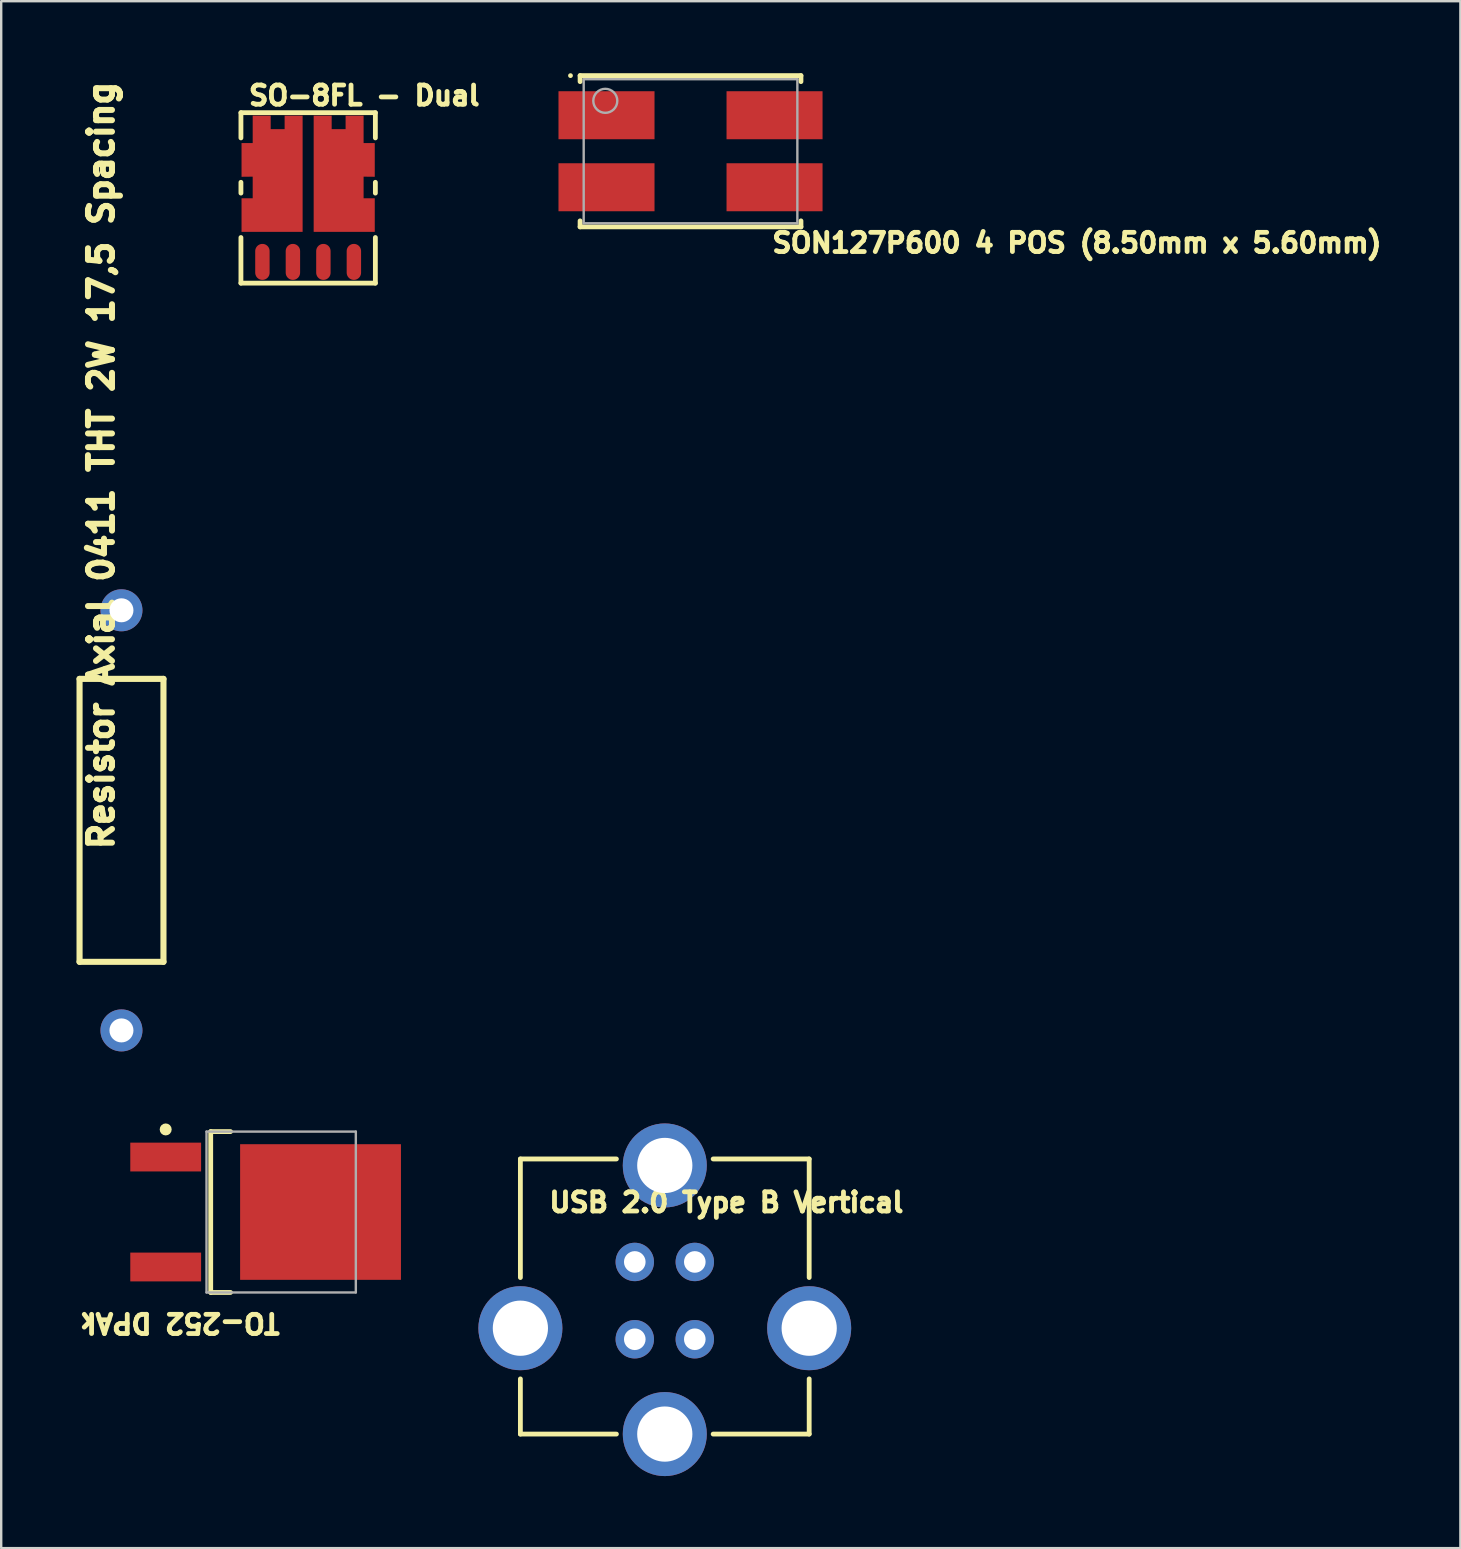
<source format=kicad_pcb>
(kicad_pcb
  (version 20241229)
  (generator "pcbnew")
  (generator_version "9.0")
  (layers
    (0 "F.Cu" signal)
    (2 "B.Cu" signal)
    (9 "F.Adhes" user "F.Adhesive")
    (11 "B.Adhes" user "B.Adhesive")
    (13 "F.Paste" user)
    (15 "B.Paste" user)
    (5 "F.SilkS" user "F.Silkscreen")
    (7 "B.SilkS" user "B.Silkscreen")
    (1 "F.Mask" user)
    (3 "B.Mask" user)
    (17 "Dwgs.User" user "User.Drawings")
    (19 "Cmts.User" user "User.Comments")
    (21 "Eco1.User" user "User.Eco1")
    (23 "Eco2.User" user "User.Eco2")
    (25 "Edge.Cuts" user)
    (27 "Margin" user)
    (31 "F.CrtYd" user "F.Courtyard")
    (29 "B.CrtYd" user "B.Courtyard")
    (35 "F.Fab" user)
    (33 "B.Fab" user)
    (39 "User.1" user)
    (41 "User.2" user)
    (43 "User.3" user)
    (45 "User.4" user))
  (footprint "Resistor Axial 0411 THT 2W 17,5 Spacing"
    (layer "F.Cu")
    (at 2.009 31.122)
    (property "Reference" "Resistor Axial 0411 THT 2W 17,5 Spacing" (at -0.259 1.333 90) (unlocked yes) (layer "F.SilkS") (effects (font (size 1 1) (thickness 0.25)) (justify left bottom)))
    (attr through_hole)
    (fp_line (start -1.745 5.893) (end -1.745 -5.893) (stroke (width 0.254) (type solid)) (layer "F.SilkS"))
    (fp_line (start 1.75 -5.893) (end -1.745 -5.893) (stroke (width 0.254) (type solid)) (layer "F.SilkS"))
    (fp_line (start 1.75 5.893) (end -1.745 5.893) (stroke (width 0.254) (type solid)) (layer "F.SilkS"))
    (fp_line (start 1.75 5.893) (end 1.75 -5.893) (stroke (width 0.254) (type solid)) (layer "F.SilkS"))
    (pad "1" thru_hole circle (at 0 -8.75) (size 1.75 1.75) (drill 1) (layers "*.Cu" "*.Mask"))
    (pad "2" thru_hole circle (at 0 8.75) (size 1.75 1.75) (drill 1) (layers "*.Cu" "*.Mask")))
  (footprint "SON127P600 4 POS (8.50mm x 5.60mm)"
    (layer "F.Cu")
    (at 25.714 3.25)
    (property "Reference" "SON127P600 4 POS (8.50mm x 5.60mm)" (at 3.296 4.286 0) (unlocked yes) (layer "F.SilkS") (effects (font (size 0.8 0.8) (thickness 0.2)) (justify left bottom)))
    (attr smd)
    (fp_line (start -4.6 -3.15) (end -4.6 -2.9) (stroke (width 0.2) (type solid)) (layer "F.SilkS"))
    (fp_line (start -4.6 -3.15) (end 4.6 -3.15) (stroke (width 0.2) (type solid)) (layer "F.SilkS"))
    (fp_line (start -4.6 2.9) (end -4.6 3.15) (stroke (width 0.2) (type solid)) (layer "F.SilkS"))
    (fp_line (start -4.6 3.15) (end 4.6 3.15) (stroke (width 0.2) (type solid)) (layer "F.SilkS"))
    (fp_line (start 4.6 -3.15) (end 4.6 -2.9) (stroke (width 0.2) (type solid)) (layer "F.SilkS"))
    (fp_line (start 4.6 2.9) (end 4.6 3.15) (stroke (width 0.2) (type solid)) (layer "F.SilkS"))
    (fp_circle (center -5 -3.15) (end -5 -3.2) (stroke (width 0.1) (type solid)) (fill no) (layer "F.SilkS"))
    (fp_line (start -4.75 -3.1) (end -4.75 3.1) (stroke (width 0.05) (type solid)) (layer "Eco1.User"))
    (fp_line (start -4.75 -3.1) (end 4.75 -3.1) (stroke (width 0.05) (type solid)) (layer "Eco1.User"))
    (fp_line (start -4.75 3.1) (end 4.75 3.1) (stroke (width 0.05) (type solid)) (layer "Eco1.User"))
    (fp_line (start -0.5 0) (end 0.5 0) (stroke (width 0.1) (type solid)) (layer "Eco1.User"))
    (fp_line (start 0 -0.5) (end 0 0.5) (stroke (width 0.1) (type solid)) (layer "Eco1.User"))
    (fp_line (start 4.75 -3.1) (end 4.75 3.1) (stroke (width 0.05) (type solid)) (layer "Eco1.User"))
    (fp_line (start -4.45 -3) (end -4.45 3) (stroke (width 0.1) (type solid)) (layer "F.Fab"))
    (fp_line (start -4.45 -3) (end 4.45 -3) (stroke (width 0.1) (type solid)) (layer "F.Fab"))
    (fp_line (start -4.45 3) (end 4.45 3) (stroke (width 0.1) (type solid)) (layer "F.Fab"))
    (fp_line (start 4.45 -3) (end 4.45 3) (stroke (width 0.1) (type solid)) (layer "F.Fab"))
    (fp_circle (center -3.55 -2.1) (end -3.55 -2.6) (stroke (width 0.1) (type solid)) (fill no) (layer "F.Fab"))
    (pad "1" smd rect (at -3.5 -1.5 90) (size 2 4) (layers "F.Cu" "F.Mask" "F.Paste"))
    (pad "2" smd rect (at -3.5 1.5 90) (size 2 4) (layers "F.Cu" "F.Mask" "F.Paste"))
    (pad "3" smd rect (at 3.5 1.5 90) (size 2 4) (layers "F.Cu" "F.Mask" "F.Paste"))
    (pad "4" smd rect (at 3.5 -1.5 90) (size 2 4) (layers "F.Cu" "F.Mask" "F.Paste")))
  (footprint "TO-252 DPAk"
    (layer "F.Cu")
    (at 8.002 47.437)
    (property "Reference" "TO-252 DPAk" (at 0.704 4.153 180) (unlocked yes) (layer "F.SilkS") (effects (font (size 0.8 0.8) (thickness 0.2)) (justify left bottom)))
    (attr smd)
    (fp_line (start -2.275 -3.35) (end -1.45 -3.35) (stroke (width 0.2) (type solid)) (layer "F.SilkS"))
    (fp_line (start -2.275 3.35) (end -2.275 -3.35) (stroke (width 0.2) (type solid)) (layer "F.SilkS"))
    (fp_line (start -2.275 3.35) (end -1.45 3.35) (stroke (width 0.2) (type solid)) (layer "F.SilkS"))
    (fp_circle (center -4.15 -3.44) (end -4.275 -3.44) (stroke (width 0.25) (type solid)) (fill no) (layer "F.SilkS"))
    (fp_line (start -5.85 -3.6) (end 5.85 -3.6) (stroke (width 0.05) (type solid)) (layer "Eco1.User"))
    (fp_line (start -5.85 3.6) (end -5.85 -3.6) (stroke (width 0.05) (type solid)) (layer "Eco1.User"))
    (fp_line (start -5.85 3.6) (end 5.85 3.6) (stroke (width 0.05) (type solid)) (layer "Eco1.User"))
    (fp_line (start -0.5 0) (end 0.5 0) (stroke (width 0.1) (type solid)) (layer "Eco1.User"))
    (fp_line (start 0 0.5) (end 0 -0.5) (stroke (width 0.1) (type solid)) (layer "Eco1.User"))
    (fp_line (start 5.85 3.6) (end 5.85 -3.6) (stroke (width 0.05) (type solid)) (layer "Eco1.User"))
    (fp_line (start -2.45 -3.35) (end 3.77 -3.35) (stroke (width 0.1) (type solid)) (layer "F.Fab"))
    (fp_line (start -2.45 3.35) (end -2.45 -3.35) (stroke (width 0.1) (type solid)) (layer "F.Fab"))
    (fp_line (start -2.45 3.35) (end 3.77 3.35) (stroke (width 0.1) (type solid)) (layer "F.Fab"))
    (fp_line (start 3.77 3.35) (end 3.77 -3.35) (stroke (width 0.1) (type solid)) (layer "F.Fab"))
    (pad "1" smd rect (at -4.15 -2.29 90) (size 1.2 2.95) (layers "F.Cu" "F.Mask" "F.Paste"))
    (pad "2" smd rect (at 2.3 0 90) (size 5.65 6.7) (layers "F.Cu" "F.Mask" "F.Paste"))
    (pad "3" smd rect (at -4.15 2.29 90) (size 1.2 2.95) (layers "F.Cu" "F.Mask" "F.Paste")))
  (footprint "SO-8FL - Dual"
    (layer "F.Cu")
    (at 9.786 5.144)
    (property "Reference" "SO-8FL - Dual" (at -2.574 -3.744 0) (unlocked yes) (layer "F.SilkS") (effects (font (size 0.8 0.8) (thickness 0.2)) (justify left bottom)))
    (attr smd)
    (fp_line (start -2.8 -3.5) (end -2.8 -2.45) (stroke (width 0.2) (type solid)) (layer "F.SilkS"))
    (fp_line (start -2.8 -0.6) (end -2.8 -0.15) (stroke (width 0.2) (type solid)) (layer "F.SilkS"))
    (fp_line (start -2.8 1.7) (end -2.8 3.6) (stroke (width 0.2) (type solid)) (layer "F.SilkS"))
    (fp_line (start 2.8 -3.5) (end 2.8 -2.45) (stroke (width 0.2) (type solid)) (layer "F.SilkS"))
    (fp_line (start 2.8 -3.5) (end -2.8 -3.5) (stroke (width 0.2) (type solid)) (layer "F.SilkS"))
    (fp_line (start 2.8 -0.6) (end 2.8 -0.15) (stroke (width 0.2) (type solid)) (layer "F.SilkS"))
    (fp_line (start 2.8 1.7) (end 2.8 3.6) (stroke (width 0.2) (type solid)) (layer "F.SilkS"))
    (fp_line (start 2.8 3.6) (end -2.8 3.6) (stroke (width 0.2) (type solid)) (layer "F.SilkS"))
    (fp_line (start -2.667 -3.327) (end -2.667 3.404) (stroke (width 0.05) (type solid)) (layer "Eco1.User"))
    (fp_line (start 0.00008 -0.5) (end 0.00008 0.5) (stroke (width 0.1) (type solid)) (layer "Eco1.User"))
    (fp_line (start 0.5 -0.00008) (end -0.5 -0.00008) (stroke (width 0.1) (type solid)) (layer "Eco1.User"))
    (fp_line (start 2.667 -3.327) (end -2.667 -3.327) (stroke (width 0.05) (type solid)) (layer "Eco1.User"))
    (fp_line (start 2.667 -3.327) (end 2.667 3.404) (stroke (width 0.05) (type solid)) (layer "Eco1.User"))
    (fp_line (start 2.667 3.404) (end -2.667 3.404) (stroke (width 0.05) (type solid)) (layer "Eco1.User"))
    (pad "1" smd oval (at -1.905 2.715 180) (size 0.6 1.5) (layers "F.Cu" "F.Mask" "F.Paste"))
    (pad "2" smd oval (at -0.635 2.715 180) (size 0.6 1.5) (layers "F.Cu" "F.Mask" "F.Paste"))
    (pad "3" smd custom (at -2.775 1.465 90) (size 0.000001 0.000001) (layers "F.Cu" "F.Mask" "F.Paste") (options (anchor circle)) (primitives (gr_poly (pts (xy 0 0) (xy 1.4 0) (xy 1.4 0.465) (xy 2.3 0.465) (xy 2.295 0) (xy 3.7 0) (xy 3.7 0.465) (xy 4.84 0.465) (xy 4.84 1.215) (xy 4.28 1.215) (xy 4.28 1.795) (xy 4.84 1.795) (xy 4.84 2.545) (xy 0 2.545)) (width 0) (fill yes))))
    (pad "4" smd oval (at 0.635 2.715 180) (size 0.6 1.5) (layers "F.Cu" "F.Mask" "F.Paste"))
    (pad "5" smd oval (at 1.905 2.715 180) (size 0.6 1.5) (layers "F.Cu" "F.Mask" "F.Paste"))
    (pad "6" smd custom (at 2.775 1.465 90) (size 0.000001 0.000001) (layers "F.Cu" "F.Mask" "F.Paste") (options (anchor circle)) (primitives (gr_poly (pts (xy 0 0) (xy 1.4 0) (xy 1.4 -0.465) (xy 2.3 -0.465) (xy 2.295 0) (xy 3.7 0) (xy 3.7 -0.465) (xy 4.84 -0.465) (xy 4.84 -1.215) (xy 4.28 -1.215) (xy 4.28 -1.795) (xy 4.84 -1.795) (xy 4.84 -2.545) (xy 0 -2.545)) (width 0) (fill yes)))))
  (footprint "USB 2.0 Type B Vertical"
    (layer "F.Cu")
    (at 24.642 52.737)
    (property "Reference" "USB 2.0 Type B Vertical" (at -4.917 -5.233 0) (unlocked yes) (layer "F.SilkS") (effects (font (size 0.8 0.8) (thickness 0.2)) (justify left bottom)))
    (attr through_hole)
    (fp_line (start -6.015 -7.51) (end -2.015 -7.51) (stroke (width 0.2) (type solid)) (layer "F.SilkS"))
    (fp_line (start -6.015 -2.571) (end -6.015 -7.51) (stroke (width 0.2) (type solid)) (layer "F.SilkS"))
    (fp_line (start -6.015 3.95) (end -6.015 1.651) (stroke (width 0.2) (type solid)) (layer "F.SilkS"))
    (fp_line (start -6.015 3.95) (end -2.015 3.95) (stroke (width 0.2) (type solid)) (layer "F.SilkS"))
    (fp_line (start 2.015 -7.51) (end 6.015 -7.51) (stroke (width 0.2) (type solid)) (layer "F.SilkS"))
    (fp_line (start 2.015 3.95) (end 6.015 3.95) (stroke (width 0.2) (type solid)) (layer "F.SilkS"))
    (fp_line (start 6.015 -2.571) (end 6.015 -7.51) (stroke (width 0.2) (type solid)) (layer "F.SilkS"))
    (fp_line (start 6.015 3.95) (end 6.015 1.651) (stroke (width 0.2) (type solid)) (layer "F.SilkS"))
    (pad "1" thru_hole circle (at 1.25 -3.22) (size 1.6 1.6) (drill 0.9) (layers "*.Cu" "*.Mask"))
    (pad "2" thru_hole circle (at -1.25 -3.22) (size 1.6 1.6) (drill 0.9) (layers "*.Cu" "*.Mask"))
    (pad "3" thru_hole circle (at -1.25 0) (size 1.6 1.6) (drill 0.9) (layers "*.Cu" "*.Mask"))
    (pad "4" thru_hole circle (at 1.25 0) (size 1.6 1.6) (drill 0.9) (layers "*.Cu" "*.Mask"))
    (pad "5" thru_hole circle (at -6.015 -0.46) (size 3.5 3.5) (drill 2.3) (layers "*.Cu" "*.Mask"))
    (pad "5" thru_hole circle (at 0 -7.24) (size 3.5 3.5) (drill 2.3) (layers "*.Cu" "*.Mask"))
    (pad "5" thru_hole circle (at 0 3.95) (size 3.5 3.5) (drill 2.3) (layers "*.Cu" "*.Mask"))
    (pad "5" thru_hole circle (at 6.015 -0.46) (size 3.5 3.5) (drill 2.3) (layers "*.Cu" "*.Mask")))
  (gr_rect
    (start -3 -3)
    (end 57.783 61.437)
    (stroke (width 0.1) (type default))
    (fill no)
    (layer "Edge.Cuts")))
</source>
